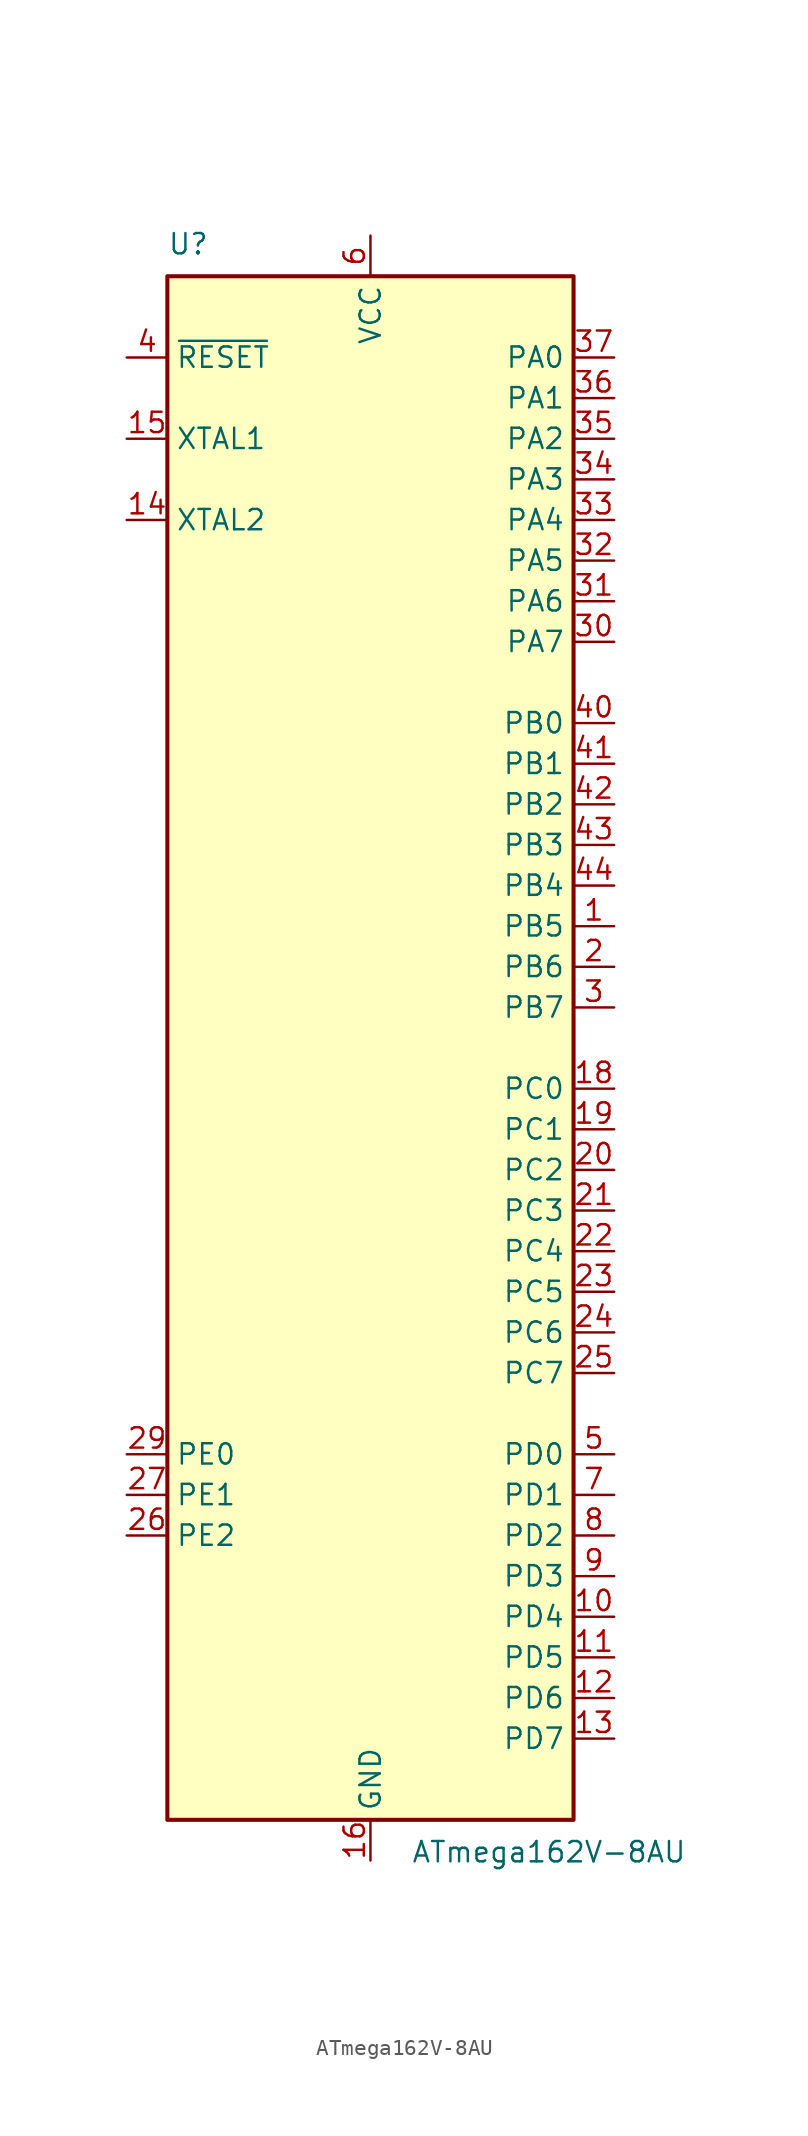
<source format=kicad_sym>
(kicad_symbol_lib
  (version 20211014)
  (generator kicad_symbol_editor)
  (symbol "ATmega162V-8AU"
    (property "Reference" "U"
      (at -12.7 49.53 0)
      (effects (font (size 1.27 1.27)) (justify left bottom)))
    (property "Value" "ATmega162V-8AU"
      (at 2.54 -49.53 0)
      (effects (font (size 1.27 1.27)) (justify left top)))
    (symbol "ATmega162V-8AU_0_1"
      (rectangle (start -12.7 -48.26) (end 12.7 48.26) (stroke (width 0.254) (type default) (color 0 0 0 0)) (fill (type background))))
    (symbol "ATmega162V-8AU_1_1"
      (pin bidirectional line (at 15.24 7.62 180) (length 2.54) (name "PB5" (effects (font (size 1.27 1.27)))) (number "1" (effects (font (size 1.27 1.27)))))
      (pin bidirectional line (at 15.24 -35.56 180) (length 2.54) (name "PD4" (effects (font (size 1.27 1.27)))) (number "10" (effects (font (size 1.27 1.27)))))
      (pin bidirectional line (at 15.24 -38.1 180) (length 2.54) (name "PD5" (effects (font (size 1.27 1.27)))) (number "11" (effects (font (size 1.27 1.27)))))
      (pin bidirectional line (at 15.24 -40.64 180) (length 2.54) (name "PD6" (effects (font (size 1.27 1.27)))) (number "12" (effects (font (size 1.27 1.27)))))
      (pin bidirectional line (at 15.24 -43.18 180) (length 2.54) (name "PD7" (effects (font (size 1.27 1.27)))) (number "13" (effects (font (size 1.27 1.27)))))
      (pin output line (at -15.24 33.02 0) (length 2.54) (name "XTAL2" (effects (font (size 1.27 1.27)))) (number "14" (effects (font (size 1.27 1.27)))))
      (pin input line (at -15.24 38.1 0) (length 2.54) (name "XTAL1" (effects (font (size 1.27 1.27)))) (number "15" (effects (font (size 1.27 1.27)))))
      (pin power_in line (at 0 -50.8 90) (length 2.54) (name "GND" (effects (font (size 1.27 1.27)))) (number "16" (effects (font (size 1.27 1.27)))))
      (pin passive line (at 0 50.8 270) (length 2.54) hide (name "VCC" (effects (font (size 1.27 1.27)))) (number "17" (effects (font (size 1.27 1.27)))))
      (pin bidirectional line (at 15.24 -2.54 180) (length 2.54) (name "PC0" (effects (font (size 1.27 1.27)))) (number "18" (effects (font (size 1.27 1.27)))))
      (pin bidirectional line (at 15.24 -5.08 180) (length 2.54) (name "PC1" (effects (font (size 1.27 1.27)))) (number "19" (effects (font (size 1.27 1.27)))))
      (pin bidirectional line (at 15.24 5.08 180) (length 2.54) (name "PB6" (effects (font (size 1.27 1.27)))) (number "2" (effects (font (size 1.27 1.27)))))
      (pin bidirectional line (at 15.24 -7.62 180) (length 2.54) (name "PC2" (effects (font (size 1.27 1.27)))) (number "20" (effects (font (size 1.27 1.27)))))
      (pin bidirectional line (at 15.24 -10.16 180) (length 2.54) (name "PC3" (effects (font (size 1.27 1.27)))) (number "21" (effects (font (size 1.27 1.27)))))
      (pin bidirectional line (at 15.24 -12.7 180) (length 2.54) (name "PC4" (effects (font (size 1.27 1.27)))) (number "22" (effects (font (size 1.27 1.27)))))
      (pin bidirectional line (at 15.24 -15.24 180) (length 2.54) (name "PC5" (effects (font (size 1.27 1.27)))) (number "23" (effects (font (size 1.27 1.27)))))
      (pin bidirectional line (at 15.24 -17.78 180) (length 2.54) (name "PC6" (effects (font (size 1.27 1.27)))) (number "24" (effects (font (size 1.27 1.27)))))
      (pin bidirectional line (at 15.24 -20.32 180) (length 2.54) (name "PC7" (effects (font (size 1.27 1.27)))) (number "25" (effects (font (size 1.27 1.27)))))
      (pin bidirectional line (at -15.24 -30.48 0) (length 2.54) (name "PE2" (effects (font (size 1.27 1.27)))) (number "26" (effects (font (size 1.27 1.27)))))
      (pin bidirectional line (at -15.24 -27.94 0) (length 2.54) (name "PE1" (effects (font (size 1.27 1.27)))) (number "27" (effects (font (size 1.27 1.27)))))
      (pin passive line (at 0 -50.8 90) (length 2.54) hide (name "GND" (effects (font (size 1.27 1.27)))) (number "28" (effects (font (size 1.27 1.27)))))
      (pin bidirectional line (at -15.24 -25.4 0) (length 2.54) (name "PE0" (effects (font (size 1.27 1.27)))) (number "29" (effects (font (size 1.27 1.27)))))
      (pin bidirectional line (at 15.24 2.54 180) (length 2.54) (name "PB7" (effects (font (size 1.27 1.27)))) (number "3" (effects (font (size 1.27 1.27)))))
      (pin bidirectional line (at 15.24 25.4 180) (length 2.54) (name "PA7" (effects (font (size 1.27 1.27)))) (number "30" (effects (font (size 1.27 1.27)))))
      (pin bidirectional line (at 15.24 27.94 180) (length 2.54) (name "PA6" (effects (font (size 1.27 1.27)))) (number "31" (effects (font (size 1.27 1.27)))))
      (pin bidirectional line (at 15.24 30.48 180) (length 2.54) (name "PA5" (effects (font (size 1.27 1.27)))) (number "32" (effects (font (size 1.27 1.27)))))
      (pin bidirectional line (at 15.24 33.02 180) (length 2.54) (name "PA4" (effects (font (size 1.27 1.27)))) (number "33" (effects (font (size 1.27 1.27)))))
      (pin bidirectional line (at 15.24 35.56 180) (length 2.54) (name "PA3" (effects (font (size 1.27 1.27)))) (number "34" (effects (font (size 1.27 1.27)))))
      (pin bidirectional line (at 15.24 38.1 180) (length 2.54) (name "PA2" (effects (font (size 1.27 1.27)))) (number "35" (effects (font (size 1.27 1.27)))))
      (pin bidirectional line (at 15.24 40.64 180) (length 2.54) (name "PA1" (effects (font (size 1.27 1.27)))) (number "36" (effects (font (size 1.27 1.27)))))
      (pin bidirectional line (at 15.24 43.18 180) (length 2.54) (name "PA0" (effects (font (size 1.27 1.27)))) (number "37" (effects (font (size 1.27 1.27)))))
      (pin passive line (at 0 50.8 270) (length 2.54) hide (name "VCC" (effects (font (size 1.27 1.27)))) (number "38" (effects (font (size 1.27 1.27)))))
      (pin passive line (at 0 -50.8 90) (length 2.54) hide (name "GND" (effects (font (size 1.27 1.27)))) (number "39" (effects (font (size 1.27 1.27)))))
      (pin input line (at -15.24 43.18 0) (length 2.54) (name "~{RESET}" (effects (font (size 1.27 1.27)))) (number "4" (effects (font (size 1.27 1.27)))))
      (pin bidirectional line (at 15.24 20.32 180) (length 2.54) (name "PB0" (effects (font (size 1.27 1.27)))) (number "40" (effects (font (size 1.27 1.27)))))
      (pin bidirectional line (at 15.24 17.78 180) (length 2.54) (name "PB1" (effects (font (size 1.27 1.27)))) (number "41" (effects (font (size 1.27 1.27)))))
      (pin bidirectional line (at 15.24 15.24 180) (length 2.54) (name "PB2" (effects (font (size 1.27 1.27)))) (number "42" (effects (font (size 1.27 1.27)))))
      (pin bidirectional line (at 15.24 12.7 180) (length 2.54) (name "PB3" (effects (font (size 1.27 1.27)))) (number "43" (effects (font (size 1.27 1.27)))))
      (pin bidirectional line (at 15.24 10.16 180) (length 2.54) (name "PB4" (effects (font (size 1.27 1.27)))) (number "44" (effects (font (size 1.27 1.27)))))
      (pin bidirectional line (at 15.24 -25.4 180) (length 2.54) (name "PD0" (effects (font (size 1.27 1.27)))) (number "5" (effects (font (size 1.27 1.27)))))
      (pin power_in line (at 0 50.8 270) (length 2.54) (name "VCC" (effects (font (size 1.27 1.27)))) (number "6" (effects (font (size 1.27 1.27)))))
      (pin bidirectional line (at 15.24 -27.94 180) (length 2.54) (name "PD1" (effects (font (size 1.27 1.27)))) (number "7" (effects (font (size 1.27 1.27)))))
      (pin bidirectional line (at 15.24 -30.48 180) (length 2.54) (name "PD2" (effects (font (size 1.27 1.27)))) (number "8" (effects (font (size 1.27 1.27)))))
      (pin bidirectional line (at 15.24 -33.02 180) (length 2.54) (name "PD3" (effects (font (size 1.27 1.27)))) (number "9" (effects (font (size 1.27 1.27))))))))
</source>
